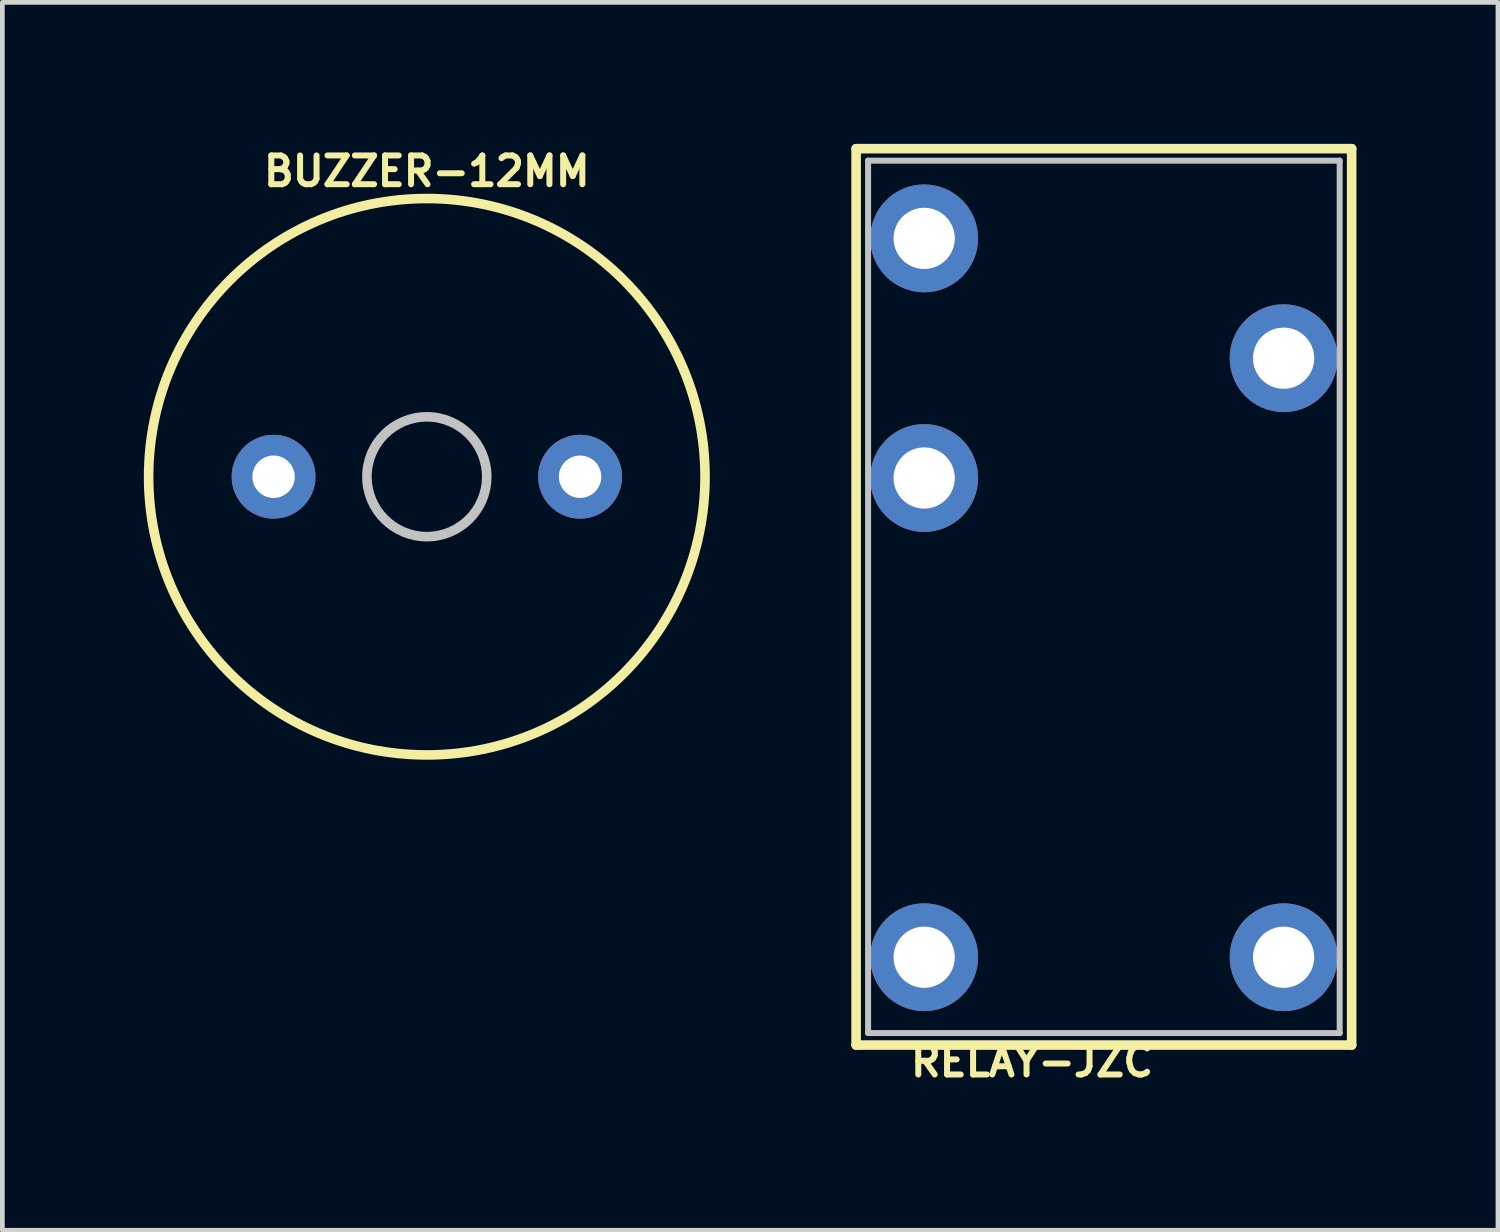
<source format=kicad_pcb>
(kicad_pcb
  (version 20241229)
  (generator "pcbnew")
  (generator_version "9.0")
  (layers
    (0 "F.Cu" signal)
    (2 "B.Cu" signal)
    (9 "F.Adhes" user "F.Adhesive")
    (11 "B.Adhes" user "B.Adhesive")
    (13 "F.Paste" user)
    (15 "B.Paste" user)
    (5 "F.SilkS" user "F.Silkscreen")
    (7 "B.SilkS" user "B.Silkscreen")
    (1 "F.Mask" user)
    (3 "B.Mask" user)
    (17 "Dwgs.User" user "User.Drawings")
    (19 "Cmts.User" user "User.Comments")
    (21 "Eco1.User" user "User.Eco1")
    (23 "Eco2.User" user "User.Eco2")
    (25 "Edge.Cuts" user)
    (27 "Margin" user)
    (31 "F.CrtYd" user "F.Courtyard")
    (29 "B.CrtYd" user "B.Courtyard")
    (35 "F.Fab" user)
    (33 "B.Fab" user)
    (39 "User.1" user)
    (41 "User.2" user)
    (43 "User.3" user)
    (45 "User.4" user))
  (footprint "BUZZER-12MM"
    (layer "F.Cu")
    (at 5.999 7.057)
    (property "Reference" "BUZZER-12MM" (at 0 -6.477 0) (layer "F.SilkS") (effects (font (size 0.61 0.61) (thickness 0.127))))
    (attr exclude_from_pos_files exclude_from_bom)
    (fp_circle (center 0 0) (end 0 -5.898) (stroke (width 0.203) (type solid)) (fill no) (layer "F.SilkS"))
    (fp_circle (center 0 0) (end 0 -1.27) (stroke (width 0.203) (type solid)) (fill no) (layer "Dwgs.User"))
    (pad "+" thru_hole circle (at 3.249 0) (size 1.778 1.778) (drill 0.899) (layers "*.Cu" "*.Paste" "*.Mask"))
    (pad "-" thru_hole circle (at -3.249 0) (size 1.778 1.778) (drill 0.899) (layers "*.Cu" "*.Paste" "*.Mask")))
  (footprint "RELAY-JZC"
    (layer "F.Cu")
    (at 20.353 8.354)
    (property "Reference" "RELAY-JZC" (at -1.524 11.1 180) (layer "F.SilkS") (effects (font (size 0.61 0.61) (thickness 0.127))))
    (attr exclude_from_pos_files exclude_from_bom)
    (fp_line (start -5.253 -8.252) (end 5.253 -8.252) (stroke (width 0.203) (type solid)) (layer "F.SilkS"))
    (fp_line (start -5.253 10.752) (end -5.253 -8.252) (stroke (width 0.203) (type solid)) (layer "F.SilkS"))
    (fp_line (start 5.253 -8.252) (end 5.253 10.752) (stroke (width 0.203) (type solid)) (layer "F.SilkS"))
    (fp_line (start 5.253 10.752) (end -5.253 10.752) (stroke (width 0.203) (type solid)) (layer "F.SilkS"))
    (fp_line (start -4.999 -7.998) (end 4.999 -7.998) (stroke (width 0.127) (type solid)) (layer "Dwgs.User"))
    (fp_line (start -4.999 10.498) (end -4.999 -7.998) (stroke (width 0.127) (type solid)) (layer "Dwgs.User"))
    (fp_line (start 4.999 -7.998) (end 4.999 10.498) (stroke (width 0.127) (type solid)) (layer "Dwgs.User"))
    (fp_line (start 4.999 10.498) (end -4.999 10.498) (stroke (width 0.127) (type solid)) (layer "Dwgs.User"))
    (pad "1" thru_hole circle (at 3.81 8.89) (size 2.286 2.286) (drill 1.298) (layers "*.Cu" "*.Paste" "*.Mask"))
    (pad "2" thru_hole circle (at -3.81 -1.27) (size 2.286 2.286) (drill 1.298) (layers "*.Cu" "*.Paste" "*.Mask"))
    (pad "3" thru_hole circle (at -3.81 -6.35) (size 2.286 2.286) (drill 1.298) (layers "*.Cu" "*.Paste" "*.Mask"))
    (pad "4" thru_hole circle (at 3.81 -3.81) (size 2.286 2.286) (drill 1.298) (layers "*.Cu" "*.Paste" "*.Mask"))
    (pad "5" thru_hole circle (at -3.81 8.89) (size 2.286 2.286) (drill 1.298) (layers "*.Cu" "*.Paste" "*.Mask")))
  (gr_rect
    (start -3 -3)
    (end 28.708 23.033)
    (stroke (width 0.1) (type default))
    (fill no)
    (layer "Edge.Cuts")))
</source>
